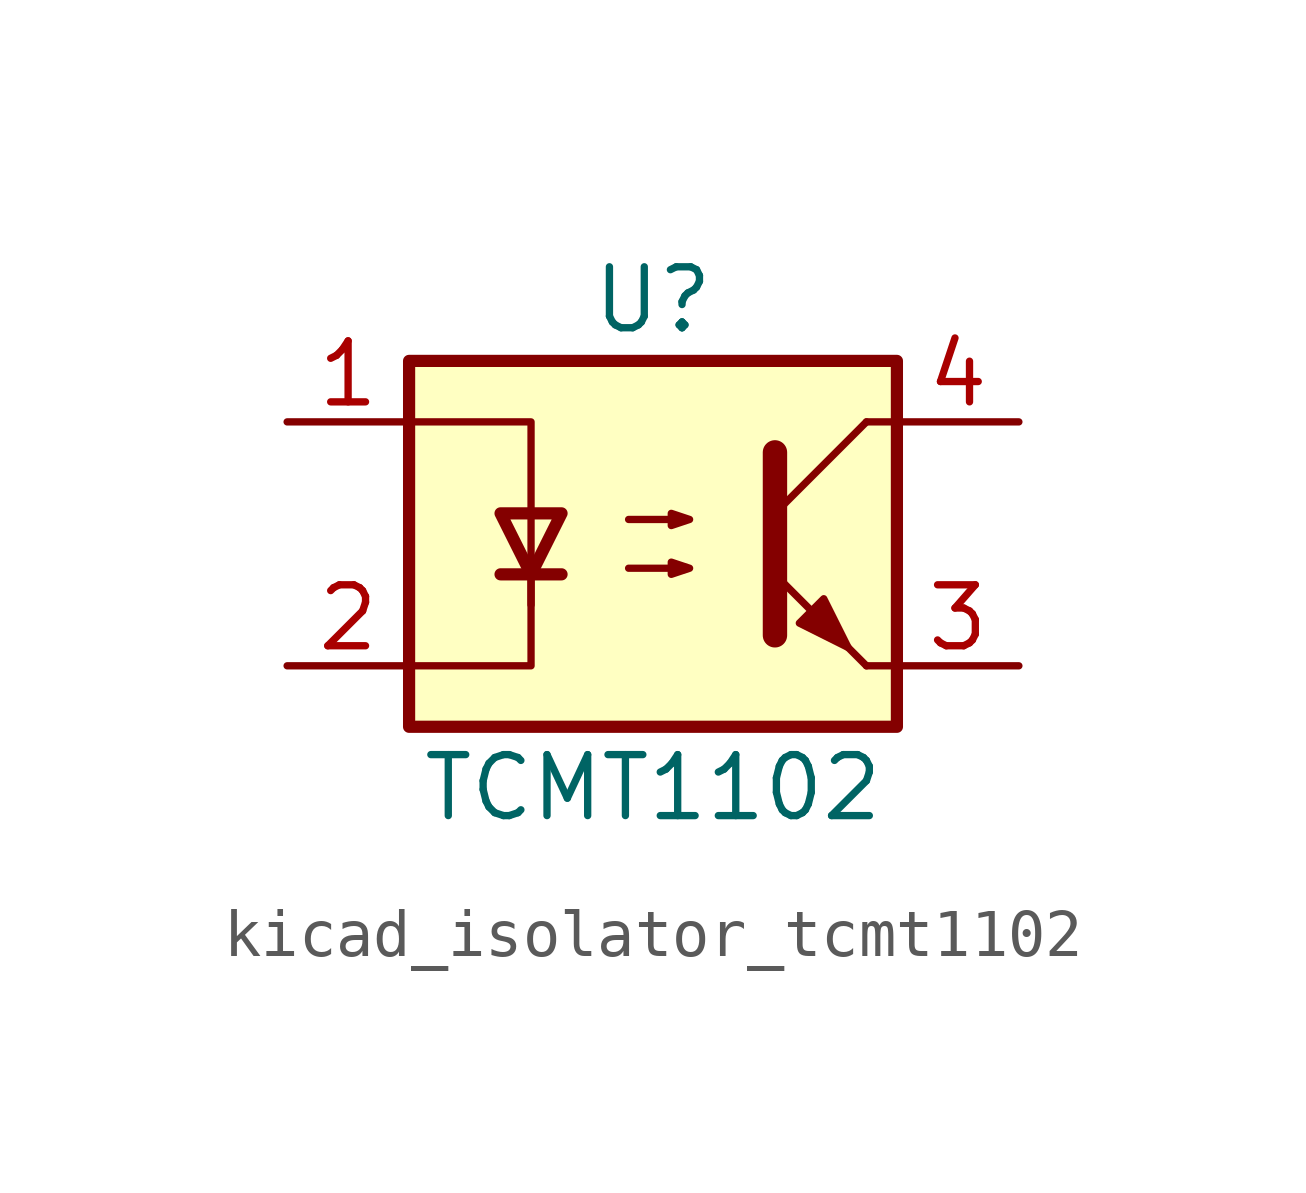
<source format=kicad_sym>
(kicad_symbol_lib
  (version 20220914)
  (generator kicad_symbol_editor)
  (symbol "kicad_isolator_tcmt1102"
    (pin_names
      (offset 1.016))
    (property "Reference" "U"
      (at 0 5.08 0)
      (effects (font (size 1.27 1.27))))
    (property "Value" "TCMT1102"
      (at 0 -5.08 0)
      (effects (font (size 1.27 1.27))))
    (symbol "kicad_isolator_tcmt1102_1_1"
      (rectangle (start -5.08 3.81) (end 5.08 -3.81) (stroke (width 0.254) (type default)) (fill (type background)))
      (polyline (pts (xy -3.175 -0.635) (xy -1.905 -0.635)) (stroke (width 0.254) (type default)) (fill (type none)))
      (polyline (pts (xy 2.54 0.635) (xy 4.445 2.54)) (stroke (width 0) (type default)) (fill (type none)))
      (polyline (pts (xy 4.445 -2.54) (xy 2.54 -0.635)) (stroke (width 0) (type default)) (fill (type outline)))
      (polyline (pts (xy 4.445 -2.54) (xy 5.08 -2.54)) (stroke (width 0) (type default)) (fill (type none)))
      (polyline (pts (xy 4.445 2.54) (xy 5.08 2.54)) (stroke (width 0) (type default)) (fill (type none)))
      (polyline (pts (xy -2.54 -0.635) (xy -2.54 -2.54) (xy -5.08 -2.54)) (stroke (width 0) (type default)) (fill (type none)))
      (polyline (pts (xy 2.54 1.905) (xy 2.54 -1.905) (xy 2.54 -1.905)) (stroke (width 0.508) (type default)) (fill (type none)))
      (polyline (pts (xy -5.08 2.54) (xy -2.54 2.54) (xy -2.54 -1.27) (xy -2.54 0.635)) (stroke (width 0) (type default)) (fill (type none)))
      (polyline (pts (xy -2.54 -0.635) (xy -3.175 0.635) (xy -1.905 0.635) (xy -2.54 -0.635)) (stroke (width 0.254) (type default)) (fill (type none)))
      (polyline (pts (xy -0.508 -0.508) (xy 0.762 -0.508) (xy 0.381 -0.635) (xy 0.381 -0.381) (xy 0.762 -0.508)) (stroke (width 0) (type default)) (fill (type none)))
      (polyline (pts (xy -0.508 0.508) (xy 0.762 0.508) (xy 0.381 0.381) (xy 0.381 0.635) (xy 0.762 0.508)) (stroke (width 0) (type default)) (fill (type none)))
      (polyline (pts (xy 3.048 -1.651) (xy 3.556 -1.143) (xy 4.064 -2.159) (xy 3.048 -1.651) (xy 3.048 -1.651)) (stroke (width 0) (type default)) (fill (type outline)))
      (pin passive line (at -7.62 2.54 0) (length 2.54) (name "~" (effects (font (size 1.27 1.27)))) (number "1" (effects (font (size 1.27 1.27)))))
      (pin passive line (at -7.62 -2.54 0) (length 2.54) (name "~" (effects (font (size 1.27 1.27)))) (number "2" (effects (font (size 1.27 1.27)))))
      (pin passive line (at 7.62 -2.54 180) (length 2.54) (name "~" (effects (font (size 1.27 1.27)))) (number "3" (effects (font (size 1.27 1.27)))))
      (pin passive line (at 7.62 2.54 180) (length 2.54) (name "~" (effects (font (size 1.27 1.27)))) (number "4" (effects (font (size 1.27 1.27))))))))
</source>
